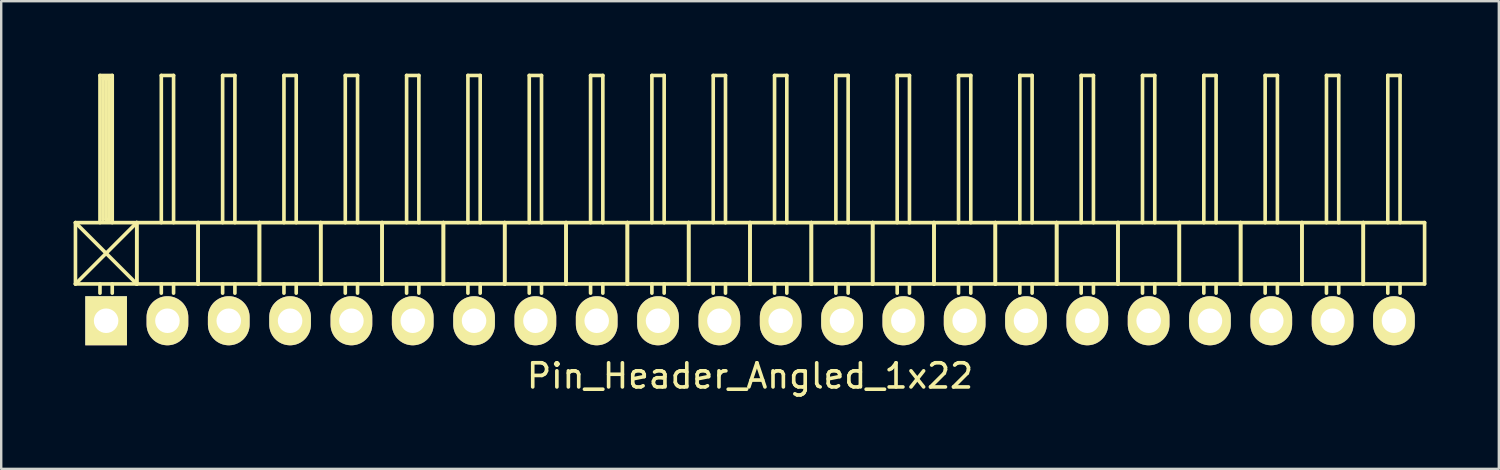
<source format=kicad_pcb>
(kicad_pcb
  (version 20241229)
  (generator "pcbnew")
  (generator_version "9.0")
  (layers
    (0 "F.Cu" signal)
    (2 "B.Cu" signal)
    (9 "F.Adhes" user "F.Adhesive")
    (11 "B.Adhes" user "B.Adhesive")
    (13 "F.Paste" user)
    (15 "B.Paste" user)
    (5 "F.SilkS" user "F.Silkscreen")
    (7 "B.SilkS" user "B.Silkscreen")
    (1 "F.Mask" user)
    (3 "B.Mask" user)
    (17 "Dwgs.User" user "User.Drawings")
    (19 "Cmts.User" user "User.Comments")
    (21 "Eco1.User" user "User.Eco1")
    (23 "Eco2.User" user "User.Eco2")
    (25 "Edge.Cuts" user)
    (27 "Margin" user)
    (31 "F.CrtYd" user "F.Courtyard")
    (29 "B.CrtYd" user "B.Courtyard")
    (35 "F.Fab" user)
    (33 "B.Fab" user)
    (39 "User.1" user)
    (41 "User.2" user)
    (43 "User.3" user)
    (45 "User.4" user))
  (footprint "Pin_Header_Angled_1x22"
    (layer "F.Cu")
    (at 28.015 10.235)
    (property "Reference" "Pin_Header_Angled_1x22" (at 0 2.286 0) (layer "F.SilkS") (effects (font (size 1 1) (thickness 0.15))))
    (attr through_hole)
    (fp_line (start -27.94 -4.064) (end -25.4 -1.524) (stroke (width 0.15) (type solid)) (layer "F.SilkS"))
    (fp_line (start -27.94 -1.524) (end -27.94 -4.064) (stroke (width 0.15) (type solid)) (layer "F.SilkS"))
    (fp_line (start -27.94 -1.524) (end -25.4 -1.524) (stroke (width 0.15) (type solid)) (layer "F.SilkS"))
    (fp_line (start -26.924 -10.16) (end -26.416 -10.16) (stroke (width 0.15) (type solid)) (layer "F.SilkS"))
    (fp_line (start -26.924 -4.064) (end -26.924 -10.16) (stroke (width 0.15) (type solid)) (layer "F.SilkS"))
    (fp_line (start -26.924 -1.524) (end -26.924 -1.143) (stroke (width 0.15) (type solid)) (layer "F.SilkS"))
    (fp_line (start -26.797 -10.033) (end -26.543 -10.033) (stroke (width 0.15) (type solid)) (layer "F.SilkS"))
    (fp_line (start -26.797 -4.191) (end -26.797 -10.033) (stroke (width 0.15) (type solid)) (layer "F.SilkS"))
    (fp_line (start -26.67 -4.191) (end -26.67 -10.033) (stroke (width 0.15) (type solid)) (layer "F.SilkS"))
    (fp_line (start -26.543 -10.033) (end -26.543 -4.191) (stroke (width 0.15) (type solid)) (layer "F.SilkS"))
    (fp_line (start -26.543 -4.191) (end -26.67 -4.191) (stroke (width 0.15) (type solid)) (layer "F.SilkS"))
    (fp_line (start -26.416 -10.16) (end -26.416 -4.064) (stroke (width 0.15) (type solid)) (layer "F.SilkS"))
    (fp_line (start -26.416 -1.524) (end -26.416 -1.143) (stroke (width 0.15) (type solid)) (layer "F.SilkS"))
    (fp_line (start -25.4 -4.064) (end -27.94 -4.064) (stroke (width 0.15) (type solid)) (layer "F.SilkS"))
    (fp_line (start -25.4 -4.064) (end -27.94 -1.524) (stroke (width 0.15) (type solid)) (layer "F.SilkS"))
    (fp_line (start -25.4 -1.524) (end -25.4 -4.064) (stroke (width 0.15) (type solid)) (layer "F.SilkS"))
    (fp_line (start -25.4 -1.524) (end -25.4 -4.064) (stroke (width 0.15) (type solid)) (layer "F.SilkS"))
    (fp_line (start -25.4 -1.524) (end -22.86 -1.524) (stroke (width 0.15) (type solid)) (layer "F.SilkS"))
    (fp_line (start -24.384 -10.16) (end -23.876 -10.16) (stroke (width 0.15) (type solid)) (layer "F.SilkS"))
    (fp_line (start -24.384 -4.064) (end -24.384 -10.16) (stroke (width 0.15) (type solid)) (layer "F.SilkS"))
    (fp_line (start -24.384 -1.524) (end -24.384 -1.143) (stroke (width 0.15) (type solid)) (layer "F.SilkS"))
    (fp_line (start -23.876 -10.16) (end -23.876 -4.064) (stroke (width 0.15) (type solid)) (layer "F.SilkS"))
    (fp_line (start -23.876 -1.524) (end -23.876 -1.143) (stroke (width 0.15) (type solid)) (layer "F.SilkS"))
    (fp_line (start -22.86 -4.064) (end -25.4 -4.064) (stroke (width 0.15) (type solid)) (layer "F.SilkS"))
    (fp_line (start -22.86 -1.524) (end -22.86 -4.064) (stroke (width 0.15) (type solid)) (layer "F.SilkS"))
    (fp_line (start -22.86 -1.524) (end -22.86 -4.064) (stroke (width 0.15) (type solid)) (layer "F.SilkS"))
    (fp_line (start -22.86 -1.524) (end -20.32 -1.524) (stroke (width 0.15) (type solid)) (layer "F.SilkS"))
    (fp_line (start -21.844 -10.16) (end -21.336 -10.16) (stroke (width 0.15) (type solid)) (layer "F.SilkS"))
    (fp_line (start -21.844 -4.064) (end -21.844 -10.16) (stroke (width 0.15) (type solid)) (layer "F.SilkS"))
    (fp_line (start -21.844 -1.524) (end -21.844 -1.143) (stroke (width 0.15) (type solid)) (layer "F.SilkS"))
    (fp_line (start -21.336 -10.16) (end -21.336 -4.064) (stroke (width 0.15) (type solid)) (layer "F.SilkS"))
    (fp_line (start -21.336 -1.524) (end -21.336 -1.143) (stroke (width 0.15) (type solid)) (layer "F.SilkS"))
    (fp_line (start -20.32 -4.064) (end -22.86 -4.064) (stroke (width 0.15) (type solid)) (layer "F.SilkS"))
    (fp_line (start -20.32 -1.524) (end -20.32 -4.064) (stroke (width 0.15) (type solid)) (layer "F.SilkS"))
    (fp_line (start -20.32 -1.524) (end -20.32 -4.064) (stroke (width 0.15) (type solid)) (layer "F.SilkS"))
    (fp_line (start -20.32 -1.524) (end -17.78 -1.524) (stroke (width 0.15) (type solid)) (layer "F.SilkS"))
    (fp_line (start -19.304 -10.16) (end -18.796 -10.16) (stroke (width 0.15) (type solid)) (layer "F.SilkS"))
    (fp_line (start -19.304 -4.064) (end -19.304 -10.16) (stroke (width 0.15) (type solid)) (layer "F.SilkS"))
    (fp_line (start -19.304 -1.524) (end -19.304 -1.143) (stroke (width 0.15) (type solid)) (layer "F.SilkS"))
    (fp_line (start -18.796 -10.16) (end -18.796 -4.064) (stroke (width 0.15) (type solid)) (layer "F.SilkS"))
    (fp_line (start -18.796 -1.524) (end -18.796 -1.143) (stroke (width 0.15) (type solid)) (layer "F.SilkS"))
    (fp_line (start -17.78 -4.064) (end -20.32 -4.064) (stroke (width 0.15) (type solid)) (layer "F.SilkS"))
    (fp_line (start -17.78 -1.524) (end -17.78 -4.064) (stroke (width 0.15) (type solid)) (layer "F.SilkS"))
    (fp_line (start -17.78 -1.524) (end -17.78 -4.064) (stroke (width 0.15) (type solid)) (layer "F.SilkS"))
    (fp_line (start -17.78 -1.524) (end -15.24 -1.524) (stroke (width 0.15) (type solid)) (layer "F.SilkS"))
    (fp_line (start -16.764 -10.16) (end -16.256 -10.16) (stroke (width 0.15) (type solid)) (layer "F.SilkS"))
    (fp_line (start -16.764 -4.064) (end -16.764 -10.16) (stroke (width 0.15) (type solid)) (layer "F.SilkS"))
    (fp_line (start -16.764 -1.524) (end -16.764 -1.143) (stroke (width 0.15) (type solid)) (layer "F.SilkS"))
    (fp_line (start -16.256 -10.16) (end -16.256 -4.064) (stroke (width 0.15) (type solid)) (layer "F.SilkS"))
    (fp_line (start -16.256 -1.524) (end -16.256 -1.143) (stroke (width 0.15) (type solid)) (layer "F.SilkS"))
    (fp_line (start -15.24 -4.064) (end -17.78 -4.064) (stroke (width 0.15) (type solid)) (layer "F.SilkS"))
    (fp_line (start -15.24 -1.524) (end -15.24 -4.064) (stroke (width 0.15) (type solid)) (layer "F.SilkS"))
    (fp_line (start -15.24 -1.524) (end -15.24 -4.064) (stroke (width 0.15) (type solid)) (layer "F.SilkS"))
    (fp_line (start -15.24 -1.524) (end -12.7 -1.524) (stroke (width 0.15) (type solid)) (layer "F.SilkS"))
    (fp_line (start -14.224 -10.16) (end -13.716 -10.16) (stroke (width 0.15) (type solid)) (layer "F.SilkS"))
    (fp_line (start -14.224 -4.064) (end -14.224 -10.16) (stroke (width 0.15) (type solid)) (layer "F.SilkS"))
    (fp_line (start -14.224 -1.524) (end -14.224 -1.143) (stroke (width 0.15) (type solid)) (layer "F.SilkS"))
    (fp_line (start -13.716 -10.16) (end -13.716 -4.064) (stroke (width 0.15) (type solid)) (layer "F.SilkS"))
    (fp_line (start -13.716 -1.524) (end -13.716 -1.143) (stroke (width 0.15) (type solid)) (layer "F.SilkS"))
    (fp_line (start -12.7 -4.064) (end -15.24 -4.064) (stroke (width 0.15) (type solid)) (layer "F.SilkS"))
    (fp_line (start -12.7 -1.524) (end -12.7 -4.064) (stroke (width 0.15) (type solid)) (layer "F.SilkS"))
    (fp_line (start -12.7 -1.524) (end -12.7 -4.064) (stroke (width 0.15) (type solid)) (layer "F.SilkS"))
    (fp_line (start -12.7 -1.524) (end -10.16 -1.524) (stroke (width 0.15) (type solid)) (layer "F.SilkS"))
    (fp_line (start -11.684 -10.16) (end -11.176 -10.16) (stroke (width 0.15) (type solid)) (layer "F.SilkS"))
    (fp_line (start -11.684 -4.064) (end -11.684 -10.16) (stroke (width 0.15) (type solid)) (layer "F.SilkS"))
    (fp_line (start -11.684 -1.524) (end -11.684 -1.143) (stroke (width 0.15) (type solid)) (layer "F.SilkS"))
    (fp_line (start -11.176 -10.16) (end -11.176 -4.064) (stroke (width 0.15) (type solid)) (layer "F.SilkS"))
    (fp_line (start -11.176 -1.524) (end -11.176 -1.143) (stroke (width 0.15) (type solid)) (layer "F.SilkS"))
    (fp_line (start -10.16 -4.064) (end -12.7 -4.064) (stroke (width 0.15) (type solid)) (layer "F.SilkS"))
    (fp_line (start -10.16 -1.524) (end -10.16 -4.064) (stroke (width 0.15) (type solid)) (layer "F.SilkS"))
    (fp_line (start -10.16 -1.524) (end -10.16 -4.064) (stroke (width 0.15) (type solid)) (layer "F.SilkS"))
    (fp_line (start -10.16 -1.524) (end -7.62 -1.524) (stroke (width 0.15) (type solid)) (layer "F.SilkS"))
    (fp_line (start -9.144 -10.16) (end -8.636 -10.16) (stroke (width 0.15) (type solid)) (layer "F.SilkS"))
    (fp_line (start -9.144 -4.064) (end -9.144 -10.16) (stroke (width 0.15) (type solid)) (layer "F.SilkS"))
    (fp_line (start -9.144 -1.524) (end -9.144 -1.143) (stroke (width 0.15) (type solid)) (layer "F.SilkS"))
    (fp_line (start -8.636 -10.16) (end -8.636 -4.064) (stroke (width 0.15) (type solid)) (layer "F.SilkS"))
    (fp_line (start -8.636 -1.524) (end -8.636 -1.143) (stroke (width 0.15) (type solid)) (layer "F.SilkS"))
    (fp_line (start -7.62 -4.064) (end -10.16 -4.064) (stroke (width 0.15) (type solid)) (layer "F.SilkS"))
    (fp_line (start -7.62 -1.524) (end -7.62 -4.064) (stroke (width 0.15) (type solid)) (layer "F.SilkS"))
    (fp_line (start -7.62 -1.524) (end -7.62 -4.064) (stroke (width 0.15) (type solid)) (layer "F.SilkS"))
    (fp_line (start -7.62 -1.524) (end -5.08 -1.524) (stroke (width 0.15) (type solid)) (layer "F.SilkS"))
    (fp_line (start -6.604 -10.16) (end -6.096 -10.16) (stroke (width 0.15) (type solid)) (layer "F.SilkS"))
    (fp_line (start -6.604 -4.064) (end -6.604 -10.16) (stroke (width 0.15) (type solid)) (layer "F.SilkS"))
    (fp_line (start -6.604 -1.524) (end -6.604 -1.143) (stroke (width 0.15) (type solid)) (layer "F.SilkS"))
    (fp_line (start -6.096 -10.16) (end -6.096 -4.064) (stroke (width 0.15) (type solid)) (layer "F.SilkS"))
    (fp_line (start -6.096 -1.524) (end -6.096 -1.143) (stroke (width 0.15) (type solid)) (layer "F.SilkS"))
    (fp_line (start -5.08 -4.064) (end -7.62 -4.064) (stroke (width 0.15) (type solid)) (layer "F.SilkS"))
    (fp_line (start -5.08 -1.524) (end -5.08 -4.064) (stroke (width 0.15) (type solid)) (layer "F.SilkS"))
    (fp_line (start -5.08 -1.524) (end -5.08 -4.064) (stroke (width 0.15) (type solid)) (layer "F.SilkS"))
    (fp_line (start -5.08 -1.524) (end -2.54 -1.524) (stroke (width 0.15) (type solid)) (layer "F.SilkS"))
    (fp_line (start -4.064 -10.16) (end -3.556 -10.16) (stroke (width 0.15) (type solid)) (layer "F.SilkS"))
    (fp_line (start -4.064 -4.064) (end -4.064 -10.16) (stroke (width 0.15) (type solid)) (layer "F.SilkS"))
    (fp_line (start -4.064 -1.524) (end -4.064 -1.143) (stroke (width 0.15) (type solid)) (layer "F.SilkS"))
    (fp_line (start -3.556 -10.16) (end -3.556 -4.064) (stroke (width 0.15) (type solid)) (layer "F.SilkS"))
    (fp_line (start -3.556 -1.524) (end -3.556 -1.143) (stroke (width 0.15) (type solid)) (layer "F.SilkS"))
    (fp_line (start -2.54 -4.064) (end -5.08 -4.064) (stroke (width 0.15) (type solid)) (layer "F.SilkS"))
    (fp_line (start -2.54 -1.524) (end -2.54 -4.064) (stroke (width 0.15) (type solid)) (layer "F.SilkS"))
    (fp_line (start -2.54 -1.524) (end -2.54 -4.064) (stroke (width 0.15) (type solid)) (layer "F.SilkS"))
    (fp_line (start -2.54 -1.524) (end 0 -1.524) (stroke (width 0.15) (type solid)) (layer "F.SilkS"))
    (fp_line (start -1.524 -10.16) (end -1.016 -10.16) (stroke (width 0.15) (type solid)) (layer "F.SilkS"))
    (fp_line (start -1.524 -4.064) (end -1.524 -10.16) (stroke (width 0.15) (type solid)) (layer "F.SilkS"))
    (fp_line (start -1.524 -1.524) (end -1.524 -1.143) (stroke (width 0.15) (type solid)) (layer "F.SilkS"))
    (fp_line (start -1.016 -10.16) (end -1.016 -4.064) (stroke (width 0.15) (type solid)) (layer "F.SilkS"))
    (fp_line (start -1.016 -1.524) (end -1.016 -1.143) (stroke (width 0.15) (type solid)) (layer "F.SilkS"))
    (fp_line (start 0 -4.064) (end -2.54 -4.064) (stroke (width 0.15) (type solid)) (layer "F.SilkS"))
    (fp_line (start 0 -1.524) (end 0 -4.064) (stroke (width 0.15) (type solid)) (layer "F.SilkS"))
    (fp_line (start 0 -1.524) (end 0 -4.064) (stroke (width 0.15) (type solid)) (layer "F.SilkS"))
    (fp_line (start 0 -1.524) (end 2.54 -1.524) (stroke (width 0.15) (type solid)) (layer "F.SilkS"))
    (fp_line (start 1.016 -10.16) (end 1.524 -10.16) (stroke (width 0.15) (type solid)) (layer "F.SilkS"))
    (fp_line (start 1.016 -4.064) (end 1.016 -10.16) (stroke (width 0.15) (type solid)) (layer "F.SilkS"))
    (fp_line (start 1.016 -1.524) (end 1.016 -1.143) (stroke (width 0.15) (type solid)) (layer "F.SilkS"))
    (fp_line (start 1.524 -10.16) (end 1.524 -4.064) (stroke (width 0.15) (type solid)) (layer "F.SilkS"))
    (fp_line (start 1.524 -1.524) (end 1.524 -1.143) (stroke (width 0.15) (type solid)) (layer "F.SilkS"))
    (fp_line (start 2.54 -4.064) (end 0 -4.064) (stroke (width 0.15) (type solid)) (layer "F.SilkS"))
    (fp_line (start 2.54 -1.524) (end 2.54 -4.064) (stroke (width 0.15) (type solid)) (layer "F.SilkS"))
    (fp_line (start 2.54 -1.524) (end 2.54 -4.064) (stroke (width 0.15) (type solid)) (layer "F.SilkS"))
    (fp_line (start 2.54 -1.524) (end 5.08 -1.524) (stroke (width 0.15) (type solid)) (layer "F.SilkS"))
    (fp_line (start 3.556 -10.16) (end 4.064 -10.16) (stroke (width 0.15) (type solid)) (layer "F.SilkS"))
    (fp_line (start 3.556 -4.064) (end 3.556 -10.16) (stroke (width 0.15) (type solid)) (layer "F.SilkS"))
    (fp_line (start 3.556 -1.524) (end 3.556 -1.143) (stroke (width 0.15) (type solid)) (layer "F.SilkS"))
    (fp_line (start 4.064 -10.16) (end 4.064 -4.064) (stroke (width 0.15) (type solid)) (layer "F.SilkS"))
    (fp_line (start 4.064 -1.524) (end 4.064 -1.143) (stroke (width 0.15) (type solid)) (layer "F.SilkS"))
    (fp_line (start 5.08 -4.064) (end 2.54 -4.064) (stroke (width 0.15) (type solid)) (layer "F.SilkS"))
    (fp_line (start 5.08 -1.524) (end 5.08 -4.064) (stroke (width 0.15) (type solid)) (layer "F.SilkS"))
    (fp_line (start 5.08 -1.524) (end 5.08 -4.064) (stroke (width 0.15) (type solid)) (layer "F.SilkS"))
    (fp_line (start 5.08 -1.524) (end 7.62 -1.524) (stroke (width 0.15) (type solid)) (layer "F.SilkS"))
    (fp_line (start 6.096 -10.16) (end 6.604 -10.16) (stroke (width 0.15) (type solid)) (layer "F.SilkS"))
    (fp_line (start 6.096 -4.064) (end 6.096 -10.16) (stroke (width 0.15) (type solid)) (layer "F.SilkS"))
    (fp_line (start 6.096 -1.524) (end 6.096 -1.143) (stroke (width 0.15) (type solid)) (layer "F.SilkS"))
    (fp_line (start 6.604 -10.16) (end 6.604 -4.064) (stroke (width 0.15) (type solid)) (layer "F.SilkS"))
    (fp_line (start 6.604 -1.524) (end 6.604 -1.143) (stroke (width 0.15) (type solid)) (layer "F.SilkS"))
    (fp_line (start 7.62 -4.064) (end 5.08 -4.064) (stroke (width 0.15) (type solid)) (layer "F.SilkS"))
    (fp_line (start 7.62 -1.524) (end 7.62 -4.064) (stroke (width 0.15) (type solid)) (layer "F.SilkS"))
    (fp_line (start 7.62 -1.524) (end 7.62 -4.064) (stroke (width 0.15) (type solid)) (layer "F.SilkS"))
    (fp_line (start 7.62 -1.524) (end 10.16 -1.524) (stroke (width 0.15) (type solid)) (layer "F.SilkS"))
    (fp_line (start 8.636 -10.16) (end 9.144 -10.16) (stroke (width 0.15) (type solid)) (layer "F.SilkS"))
    (fp_line (start 8.636 -4.064) (end 8.636 -10.16) (stroke (width 0.15) (type solid)) (layer "F.SilkS"))
    (fp_line (start 8.636 -1.524) (end 8.636 -1.143) (stroke (width 0.15) (type solid)) (layer "F.SilkS"))
    (fp_line (start 9.144 -10.16) (end 9.144 -4.064) (stroke (width 0.15) (type solid)) (layer "F.SilkS"))
    (fp_line (start 9.144 -1.524) (end 9.144 -1.143) (stroke (width 0.15) (type solid)) (layer "F.SilkS"))
    (fp_line (start 10.16 -4.064) (end 7.62 -4.064) (stroke (width 0.15) (type solid)) (layer "F.SilkS"))
    (fp_line (start 10.16 -1.524) (end 10.16 -4.064) (stroke (width 0.15) (type solid)) (layer "F.SilkS"))
    (fp_line (start 10.16 -1.524) (end 10.16 -4.064) (stroke (width 0.15) (type solid)) (layer "F.SilkS"))
    (fp_line (start 10.16 -1.524) (end 12.7 -1.524) (stroke (width 0.15) (type solid)) (layer "F.SilkS"))
    (fp_line (start 11.176 -10.16) (end 11.684 -10.16) (stroke (width 0.15) (type solid)) (layer "F.SilkS"))
    (fp_line (start 11.176 -4.064) (end 11.176 -10.16) (stroke (width 0.15) (type solid)) (layer "F.SilkS"))
    (fp_line (start 11.176 -1.524) (end 11.176 -1.143) (stroke (width 0.15) (type solid)) (layer "F.SilkS"))
    (fp_line (start 11.684 -10.16) (end 11.684 -4.064) (stroke (width 0.15) (type solid)) (layer "F.SilkS"))
    (fp_line (start 11.684 -1.524) (end 11.684 -1.143) (stroke (width 0.15) (type solid)) (layer "F.SilkS"))
    (fp_line (start 12.7 -4.064) (end 10.16 -4.064) (stroke (width 0.15) (type solid)) (layer "F.SilkS"))
    (fp_line (start 12.7 -1.524) (end 12.7 -4.064) (stroke (width 0.15) (type solid)) (layer "F.SilkS"))
    (fp_line (start 12.7 -1.524) (end 12.7 -4.064) (stroke (width 0.15) (type solid)) (layer "F.SilkS"))
    (fp_line (start 12.7 -1.524) (end 15.24 -1.524) (stroke (width 0.15) (type solid)) (layer "F.SilkS"))
    (fp_line (start 13.716 -10.16) (end 14.224 -10.16) (stroke (width 0.15) (type solid)) (layer "F.SilkS"))
    (fp_line (start 13.716 -4.064) (end 13.716 -10.16) (stroke (width 0.15) (type solid)) (layer "F.SilkS"))
    (fp_line (start 13.716 -1.524) (end 13.716 -1.143) (stroke (width 0.15) (type solid)) (layer "F.SilkS"))
    (fp_line (start 14.224 -10.16) (end 14.224 -4.064) (stroke (width 0.15) (type solid)) (layer "F.SilkS"))
    (fp_line (start 14.224 -1.524) (end 14.224 -1.143) (stroke (width 0.15) (type solid)) (layer "F.SilkS"))
    (fp_line (start 15.24 -4.064) (end 12.7 -4.064) (stroke (width 0.15) (type solid)) (layer "F.SilkS"))
    (fp_line (start 15.24 -1.524) (end 15.24 -4.064) (stroke (width 0.15) (type solid)) (layer "F.SilkS"))
    (fp_line (start 15.24 -1.524) (end 15.24 -4.064) (stroke (width 0.15) (type solid)) (layer "F.SilkS"))
    (fp_line (start 15.24 -1.524) (end 17.78 -1.524) (stroke (width 0.15) (type solid)) (layer "F.SilkS"))
    (fp_line (start 16.256 -10.16) (end 16.764 -10.16) (stroke (width 0.15) (type solid)) (layer "F.SilkS"))
    (fp_line (start 16.256 -4.064) (end 16.256 -10.16) (stroke (width 0.15) (type solid)) (layer "F.SilkS"))
    (fp_line (start 16.256 -1.524) (end 16.256 -1.143) (stroke (width 0.15) (type solid)) (layer "F.SilkS"))
    (fp_line (start 16.764 -10.16) (end 16.764 -4.064) (stroke (width 0.15) (type solid)) (layer "F.SilkS"))
    (fp_line (start 16.764 -1.524) (end 16.764 -1.143) (stroke (width 0.15) (type solid)) (layer "F.SilkS"))
    (fp_line (start 17.78 -4.064) (end 15.24 -4.064) (stroke (width 0.15) (type solid)) (layer "F.SilkS"))
    (fp_line (start 17.78 -1.524) (end 17.78 -4.064) (stroke (width 0.15) (type solid)) (layer "F.SilkS"))
    (fp_line (start 17.78 -1.524) (end 17.78 -4.064) (stroke (width 0.15) (type solid)) (layer "F.SilkS"))
    (fp_line (start 17.78 -1.524) (end 20.32 -1.524) (stroke (width 0.15) (type solid)) (layer "F.SilkS"))
    (fp_line (start 18.796 -10.16) (end 19.304 -10.16) (stroke (width 0.15) (type solid)) (layer "F.SilkS"))
    (fp_line (start 18.796 -4.064) (end 18.796 -10.16) (stroke (width 0.15) (type solid)) (layer "F.SilkS"))
    (fp_line (start 18.796 -1.524) (end 18.796 -1.143) (stroke (width 0.15) (type solid)) (layer "F.SilkS"))
    (fp_line (start 19.304 -10.16) (end 19.304 -4.064) (stroke (width 0.15) (type solid)) (layer "F.SilkS"))
    (fp_line (start 19.304 -1.524) (end 19.304 -1.143) (stroke (width 0.15) (type solid)) (layer "F.SilkS"))
    (fp_line (start 20.32 -4.064) (end 17.78 -4.064) (stroke (width 0.15) (type solid)) (layer "F.SilkS"))
    (fp_line (start 20.32 -1.524) (end 20.32 -4.064) (stroke (width 0.15) (type solid)) (layer "F.SilkS"))
    (fp_line (start 20.32 -1.524) (end 20.32 -4.064) (stroke (width 0.15) (type solid)) (layer "F.SilkS"))
    (fp_line (start 20.32 -1.524) (end 22.86 -1.524) (stroke (width 0.15) (type solid)) (layer "F.SilkS"))
    (fp_line (start 21.336 -10.16) (end 21.844 -10.16) (stroke (width 0.15) (type solid)) (layer "F.SilkS"))
    (fp_line (start 21.336 -4.064) (end 21.336 -10.16) (stroke (width 0.15) (type solid)) (layer "F.SilkS"))
    (fp_line (start 21.336 -1.524) (end 21.336 -1.143) (stroke (width 0.15) (type solid)) (layer "F.SilkS"))
    (fp_line (start 21.844 -10.16) (end 21.844 -4.064) (stroke (width 0.15) (type solid)) (layer "F.SilkS"))
    (fp_line (start 21.844 -1.524) (end 21.844 -1.143) (stroke (width 0.15) (type solid)) (layer "F.SilkS"))
    (fp_line (start 22.86 -4.064) (end 20.32 -4.064) (stroke (width 0.15) (type solid)) (layer "F.SilkS"))
    (fp_line (start 22.86 -1.524) (end 22.86 -4.064) (stroke (width 0.15) (type solid)) (layer "F.SilkS"))
    (fp_line (start 22.86 -1.524) (end 22.86 -4.064) (stroke (width 0.15) (type solid)) (layer "F.SilkS"))
    (fp_line (start 22.86 -1.524) (end 25.4 -1.524) (stroke (width 0.15) (type solid)) (layer "F.SilkS"))
    (fp_line (start 23.876 -10.16) (end 24.384 -10.16) (stroke (width 0.15) (type solid)) (layer "F.SilkS"))
    (fp_line (start 23.876 -4.064) (end 23.876 -10.16) (stroke (width 0.15) (type solid)) (layer "F.SilkS"))
    (fp_line (start 23.876 -1.524) (end 23.876 -1.143) (stroke (width 0.15) (type solid)) (layer "F.SilkS"))
    (fp_line (start 24.384 -10.16) (end 24.384 -4.064) (stroke (width 0.15) (type solid)) (layer "F.SilkS"))
    (fp_line (start 24.384 -1.524) (end 24.384 -1.143) (stroke (width 0.15) (type solid)) (layer "F.SilkS"))
    (fp_line (start 25.4 -4.064) (end 22.86 -4.064) (stroke (width 0.15) (type solid)) (layer "F.SilkS"))
    (fp_line (start 25.4 -1.524) (end 25.4 -4.064) (stroke (width 0.15) (type solid)) (layer "F.SilkS"))
    (fp_line (start 25.4 -1.524) (end 25.4 -4.064) (stroke (width 0.15) (type solid)) (layer "F.SilkS"))
    (fp_line (start 25.4 -1.524) (end 27.94 -1.524) (stroke (width 0.15) (type solid)) (layer "F.SilkS"))
    (fp_line (start 26.416 -10.16) (end 26.924 -10.16) (stroke (width 0.15) (type solid)) (layer "F.SilkS"))
    (fp_line (start 26.416 -4.064) (end 26.416 -10.16) (stroke (width 0.15) (type solid)) (layer "F.SilkS"))
    (fp_line (start 26.416 -1.524) (end 26.416 -1.143) (stroke (width 0.15) (type solid)) (layer "F.SilkS"))
    (fp_line (start 26.924 -10.16) (end 26.924 -4.064) (stroke (width 0.15) (type solid)) (layer "F.SilkS"))
    (fp_line (start 26.924 -1.524) (end 26.924 -1.143) (stroke (width 0.15) (type solid)) (layer "F.SilkS"))
    (fp_line (start 27.94 -4.064) (end 25.4 -4.064) (stroke (width 0.15) (type solid)) (layer "F.SilkS"))
    (fp_line (start 27.94 -1.524) (end 27.94 -4.064) (stroke (width 0.15) (type solid)) (layer "F.SilkS"))
    (pad "1" thru_hole rect (at -26.67 0) (size 1.727 2.032) (drill 1.016) (layers "*.Cu" "*.Mask" "F.SilkS"))
    (pad "2" thru_hole oval (at -24.13 0) (size 1.727 2.032) (drill 1.016) (layers "*.Cu" "*.Mask" "F.SilkS"))
    (pad "3" thru_hole oval (at -21.59 0) (size 1.727 2.032) (drill 1.016) (layers "*.Cu" "*.Mask" "F.SilkS"))
    (pad "4" thru_hole oval (at -19.05 0) (size 1.727 2.032) (drill 1.016) (layers "*.Cu" "*.Mask" "F.SilkS"))
    (pad "5" thru_hole oval (at -16.51 0) (size 1.727 2.032) (drill 1.016) (layers "*.Cu" "*.Mask" "F.SilkS"))
    (pad "6" thru_hole oval (at -13.97 0) (size 1.727 2.032) (drill 1.016) (layers "*.Cu" "*.Mask" "F.SilkS"))
    (pad "7" thru_hole oval (at -11.43 0) (size 1.727 2.032) (drill 1.016) (layers "*.Cu" "*.Mask" "F.SilkS"))
    (pad "8" thru_hole oval (at -8.89 0) (size 1.727 2.032) (drill 1.016) (layers "*.Cu" "*.Mask" "F.SilkS"))
    (pad "9" thru_hole oval (at -6.35 0) (size 1.727 2.032) (drill 1.016) (layers "*.Cu" "*.Mask" "F.SilkS"))
    (pad "10" thru_hole oval (at -3.81 0) (size 1.727 2.032) (drill 1.016) (layers "*.Cu" "*.Mask" "F.SilkS"))
    (pad "11" thru_hole oval (at -1.27 0) (size 1.727 2.032) (drill 1.016) (layers "*.Cu" "*.Mask" "F.SilkS"))
    (pad "12" thru_hole oval (at 1.27 0) (size 1.727 2.032) (drill 1.016) (layers "*.Cu" "*.Mask" "F.SilkS"))
    (pad "13" thru_hole oval (at 3.81 0) (size 1.727 2.032) (drill 1.016) (layers "*.Cu" "*.Mask" "F.SilkS"))
    (pad "14" thru_hole oval (at 6.35 0) (size 1.727 2.032) (drill 1.016) (layers "*.Cu" "*.Mask" "F.SilkS"))
    (pad "15" thru_hole oval (at 8.89 0) (size 1.727 2.032) (drill 1.016) (layers "*.Cu" "*.Mask" "F.SilkS"))
    (pad "16" thru_hole oval (at 11.43 0) (size 1.727 2.032) (drill 1.016) (layers "*.Cu" "*.Mask" "F.SilkS"))
    (pad "17" thru_hole oval (at 13.97 0) (size 1.727 2.032) (drill 1.016) (layers "*.Cu" "*.Mask" "F.SilkS"))
    (pad "18" thru_hole oval (at 16.51 0) (size 1.727 2.032) (drill 1.016) (layers "*.Cu" "*.Mask" "F.SilkS"))
    (pad "19" thru_hole oval (at 19.05 0) (size 1.727 2.032) (drill 1.016) (layers "*.Cu" "*.Mask" "F.SilkS"))
    (pad "20" thru_hole oval (at 21.59 0) (size 1.727 2.032) (drill 1.016) (layers "*.Cu" "*.Mask" "F.SilkS"))
    (pad "21" thru_hole oval (at 24.13 0) (size 1.727 2.032) (drill 1.016) (layers "*.Cu" "*.Mask" "F.SilkS"))
    (pad "22" thru_hole oval (at 26.67 0) (size 1.727 2.032) (drill 1.016) (layers "*.Cu" "*.Mask" "F.SilkS")))
  (gr_rect
    (start -3 -3)
    (end 59.03 16.369)
    (stroke (width 0.1) (type default))
    (fill no)
    (layer "Edge.Cuts")))
</source>
